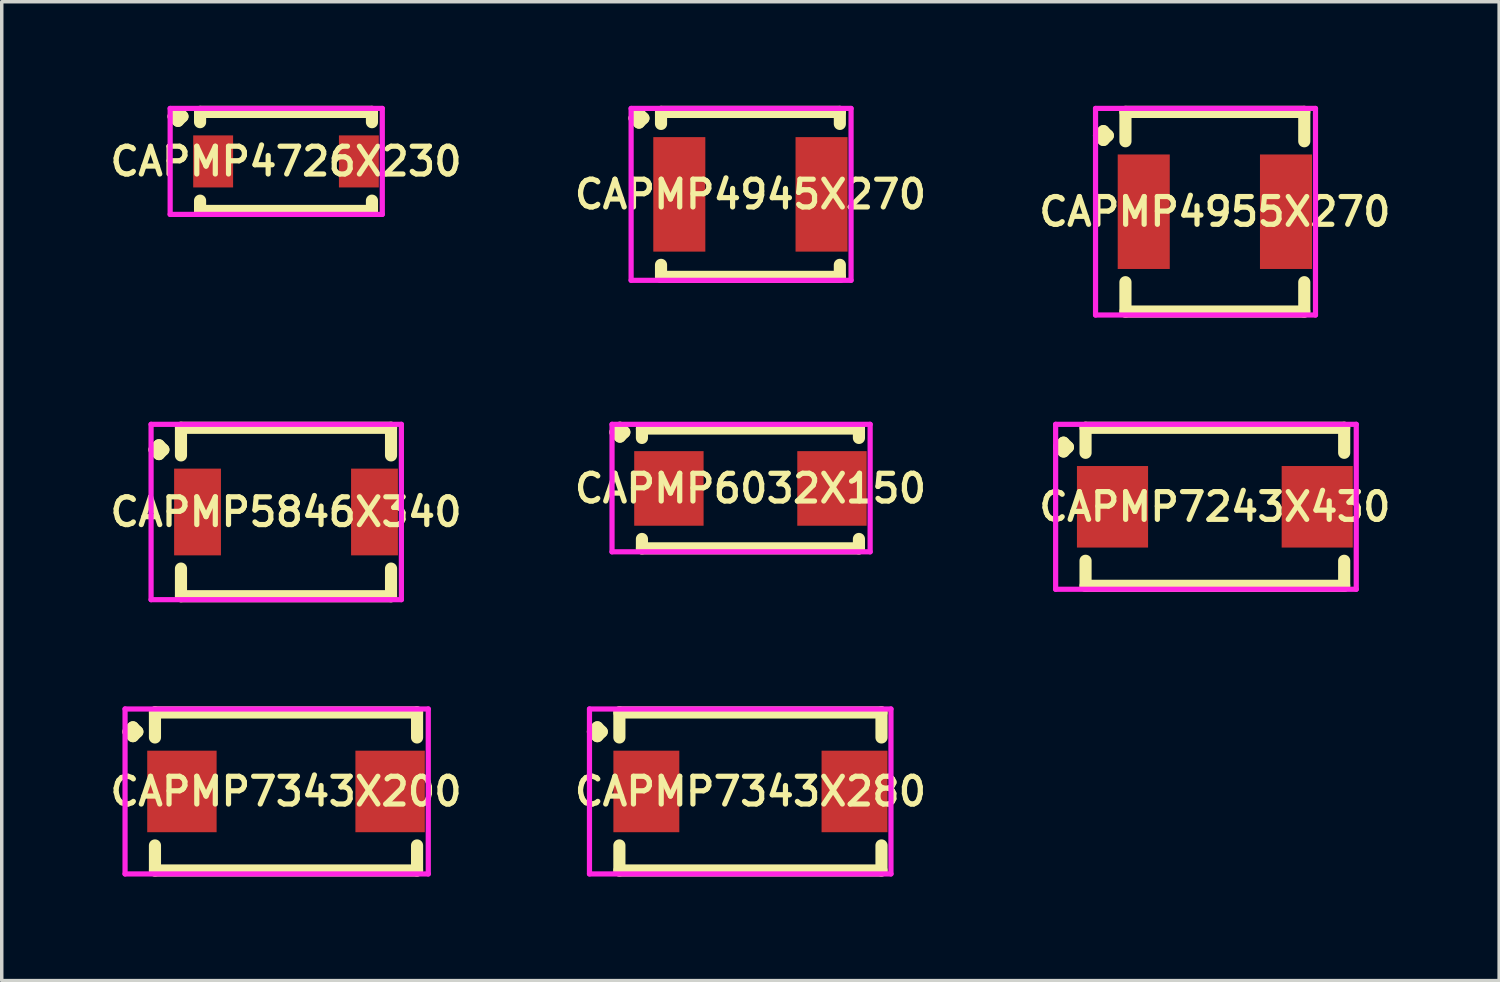
<source format=kicad_pcb>
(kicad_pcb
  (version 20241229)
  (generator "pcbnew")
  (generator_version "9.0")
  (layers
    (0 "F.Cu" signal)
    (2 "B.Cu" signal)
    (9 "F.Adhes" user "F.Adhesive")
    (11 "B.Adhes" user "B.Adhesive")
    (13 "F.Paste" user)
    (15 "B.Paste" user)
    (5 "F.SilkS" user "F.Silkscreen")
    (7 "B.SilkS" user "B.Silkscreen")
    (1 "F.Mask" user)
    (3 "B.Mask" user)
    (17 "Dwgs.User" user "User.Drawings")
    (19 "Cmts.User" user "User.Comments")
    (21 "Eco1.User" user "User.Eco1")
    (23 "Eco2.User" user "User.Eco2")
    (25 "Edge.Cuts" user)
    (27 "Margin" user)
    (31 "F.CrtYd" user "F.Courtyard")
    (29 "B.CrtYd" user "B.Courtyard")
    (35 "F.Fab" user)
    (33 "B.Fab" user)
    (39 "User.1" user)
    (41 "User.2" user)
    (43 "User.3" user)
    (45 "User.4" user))
  (footprint "CAPMP5846X340"
    (layer "F.Cu")
    (at 5.193 11.706)
    (property "Reference" "CAPMP5846X340" (at 0 0 0) (layer "F.SilkS") (effects (font (size 0.8 0.8) (thickness 0.15))))
    (attr through_hole)
    (fp_line (start -3.789 -1.796) (end -3.662 -1.923) (stroke (width 0.35) (type solid)) (layer "F.SilkS"))
    (fp_line (start -3.662 -1.923) (end -3.535 -1.796) (stroke (width 0.35) (type solid)) (layer "F.SilkS"))
    (fp_line (start -3.662 -1.669) (end -3.789 -1.796) (stroke (width 0.35) (type solid)) (layer "F.SilkS"))
    (fp_line (start -3.535 -1.796) (end -3.662 -1.669) (stroke (width 0.35) (type solid)) (layer "F.SilkS"))
    (fp_line (start -3.027 -2.427) (end 3.027 -2.427) (stroke (width 0.35) (type solid)) (layer "F.SilkS"))
    (fp_line (start -3.027 -1.631) (end -3.027 -2.427) (stroke (width 0.35) (type solid)) (layer "F.SilkS"))
    (fp_line (start -3.027 1.631) (end -3.027 2.427) (stroke (width 0.35) (type solid)) (layer "F.SilkS"))
    (fp_line (start -3.027 2.427) (end 3.027 2.427) (stroke (width 0.35) (type solid)) (layer "F.SilkS"))
    (fp_line (start 3.027 -2.427) (end 3.027 -1.631) (stroke (width 0.35) (type solid)) (layer "F.SilkS"))
    (fp_line (start 3.027 2.427) (end 3.027 1.631) (stroke (width 0.35) (type solid)) (layer "F.SilkS"))
    (fp_line (start -3.889 -2.527) (end 3.325 -2.527) (stroke (width 0.15) (type solid)) (layer "F.CrtYd"))
    (fp_line (start -3.889 2.527) (end -3.889 -2.527) (stroke (width 0.15) (type solid)) (layer "F.CrtYd"))
    (fp_line (start 3.325 -2.527) (end 3.325 2.527) (stroke (width 0.15) (type solid)) (layer "F.CrtYd"))
    (fp_line (start 3.325 2.527) (end -3.889 2.527) (stroke (width 0.15) (type solid)) (layer "F.CrtYd"))
    (pad "1" smd rect (at -2.55 0) (size 1.35 2.5) (layers "F.Cu" "F.Mask" "F.Paste"))
    (pad "2" smd rect (at 2.55 0) (size 1.35 2.5) (layers "F.Cu" "F.Mask" "F.Paste")))
  (footprint "CAPMP4955X270"
    (layer "F.Cu")
    (at 31.963 3.052)
    (property "Reference" "CAPMP4955X270" (at 0 0 0) (layer "F.SilkS") (effects (font (size 0.8 0.8) (thickness 0.15))))
    (attr smd)
    (fp_line (start -3.339 -2.196) (end -3.212 -2.323) (stroke (width 0.35) (type solid)) (layer "F.SilkS"))
    (fp_line (start -3.212 -2.323) (end -3.085 -2.196) (stroke (width 0.35) (type solid)) (layer "F.SilkS"))
    (fp_line (start -3.212 -2.069) (end -3.339 -2.196) (stroke (width 0.35) (type solid)) (layer "F.SilkS"))
    (fp_line (start -3.085 -2.196) (end -3.212 -2.069) (stroke (width 0.35) (type solid)) (layer "F.SilkS"))
    (fp_line (start -2.577 -2.877) (end 2.577 -2.877) (stroke (width 0.35) (type solid)) (layer "F.SilkS"))
    (fp_line (start -2.577 -2.031) (end -2.577 -2.877) (stroke (width 0.35) (type solid)) (layer "F.SilkS"))
    (fp_line (start -2.577 2.031) (end -2.577 2.877) (stroke (width 0.35) (type solid)) (layer "F.SilkS"))
    (fp_line (start -2.577 2.877) (end 2.577 2.877) (stroke (width 0.35) (type solid)) (layer "F.SilkS"))
    (fp_line (start 2.577 -2.877) (end 2.577 -2.031) (stroke (width 0.35) (type solid)) (layer "F.SilkS"))
    (fp_line (start 2.577 2.877) (end 2.577 2.031) (stroke (width 0.35) (type solid)) (layer "F.SilkS"))
    (fp_line (start -3.439 -2.977) (end 2.9 -2.977) (stroke (width 0.15) (type solid)) (layer "F.CrtYd"))
    (fp_line (start -3.439 2.977) (end -3.439 -2.977) (stroke (width 0.15) (type solid)) (layer "F.CrtYd"))
    (fp_line (start 2.9 -2.977) (end 2.9 2.977) (stroke (width 0.15) (type solid)) (layer "F.CrtYd"))
    (fp_line (start 2.9 2.977) (end -3.439 2.977) (stroke (width 0.15) (type solid)) (layer "F.CrtYd"))
    (pad "1" smd rect (at -2.05 0) (size 1.5 3.3) (layers "F.Cu" "F.Mask" "F.Paste"))
    (pad "2" smd rect (at 2.05 0) (size 1.5 3.3) (layers "F.Cu" "F.Mask" "F.Paste")))
  (footprint "CAPMP4945X270"
    (layer "F.Cu")
    (at 18.578 2.552)
    (property "Reference" "CAPMP4945X270" (at 0 0 0) (layer "F.SilkS") (effects (font (size 0.8 0.8) (thickness 0.15))))
    (attr through_hole)
    (fp_line (start -3.339 -2.196) (end -3.212 -2.323) (stroke (width 0.35) (type solid)) (layer "F.SilkS"))
    (fp_line (start -3.212 -2.323) (end -3.085 -2.196) (stroke (width 0.35) (type solid)) (layer "F.SilkS"))
    (fp_line (start -3.212 -2.069) (end -3.339 -2.196) (stroke (width 0.35) (type solid)) (layer "F.SilkS"))
    (fp_line (start -3.085 -2.196) (end -3.212 -2.069) (stroke (width 0.35) (type solid)) (layer "F.SilkS"))
    (fp_line (start -2.577 -2.377) (end 2.577 -2.377) (stroke (width 0.35) (type solid)) (layer "F.SilkS"))
    (fp_line (start -2.577 -2.031) (end -2.577 -2.377) (stroke (width 0.35) (type solid)) (layer "F.SilkS"))
    (fp_line (start -2.577 2.031) (end -2.577 2.377) (stroke (width 0.35) (type solid)) (layer "F.SilkS"))
    (fp_line (start -2.577 2.377) (end 2.577 2.377) (stroke (width 0.35) (type solid)) (layer "F.SilkS"))
    (fp_line (start 2.577 -2.377) (end 2.577 -2.031) (stroke (width 0.35) (type solid)) (layer "F.SilkS"))
    (fp_line (start 2.577 2.377) (end 2.577 2.031) (stroke (width 0.35) (type solid)) (layer "F.SilkS"))
    (fp_line (start -3.439 -2.477) (end 2.9 -2.477) (stroke (width 0.15) (type solid)) (layer "F.CrtYd"))
    (fp_line (start -3.439 2.477) (end -3.439 -2.477) (stroke (width 0.15) (type solid)) (layer "F.CrtYd"))
    (fp_line (start 2.9 -2.477) (end 2.9 2.477) (stroke (width 0.15) (type solid)) (layer "F.CrtYd"))
    (fp_line (start 2.9 2.477) (end -3.439 2.477) (stroke (width 0.15) (type solid)) (layer "F.CrtYd"))
    (pad "1" smd rect (at -2.05 0) (size 1.5 3.3) (layers "F.Cu" "F.Mask" "F.Paste"))
    (pad "2" smd rect (at 2.05 0) (size 1.5 3.3) (layers "F.Cu" "F.Mask" "F.Paste")))
  (footprint "CAPMP6032X150"
    (layer "F.Cu")
    (at 18.578 11.027)
    (property "Reference" "CAPMP6032X150" (at 0 0 0) (layer "F.SilkS") (effects (font (size 0.8 0.8) (thickness 0.15))))
    (attr through_hole)
    (fp_line (start -3.889 -1.621) (end -3.762 -1.748) (stroke (width 0.35) (type solid)) (layer "F.SilkS"))
    (fp_line (start -3.762 -1.748) (end -3.635 -1.621) (stroke (width 0.35) (type solid)) (layer "F.SilkS"))
    (fp_line (start -3.762 -1.494) (end -3.889 -1.621) (stroke (width 0.35) (type solid)) (layer "F.SilkS"))
    (fp_line (start -3.635 -1.621) (end -3.762 -1.494) (stroke (width 0.35) (type solid)) (layer "F.SilkS"))
    (fp_line (start -3.127 -1.727) (end 3.127 -1.727) (stroke (width 0.35) (type solid)) (layer "F.SilkS"))
    (fp_line (start -3.127 -1.456) (end -3.127 -1.727) (stroke (width 0.35) (type solid)) (layer "F.SilkS"))
    (fp_line (start -3.127 1.456) (end -3.127 1.727) (stroke (width 0.35) (type solid)) (layer "F.SilkS"))
    (fp_line (start -3.127 1.727) (end 3.127 1.727) (stroke (width 0.35) (type solid)) (layer "F.SilkS"))
    (fp_line (start 3.127 -1.727) (end 3.127 -1.456) (stroke (width 0.35) (type solid)) (layer "F.SilkS"))
    (fp_line (start 3.127 1.727) (end 3.127 1.456) (stroke (width 0.35) (type solid)) (layer "F.SilkS"))
    (fp_line (start -3.989 -1.848) (end 3.45 -1.848) (stroke (width 0.15) (type solid)) (layer "F.CrtYd"))
    (fp_line (start -3.989 1.827) (end -3.989 -1.848) (stroke (width 0.15) (type solid)) (layer "F.CrtYd"))
    (fp_line (start 3.45 -1.848) (end 3.45 1.827) (stroke (width 0.15) (type solid)) (layer "F.CrtYd"))
    (fp_line (start 3.45 1.827) (end -3.989 1.827) (stroke (width 0.15) (type solid)) (layer "F.CrtYd"))
    (pad "1" smd rect (at -2.35 0) (size 2 2.15) (layers "F.Cu" "F.Mask" "F.Paste"))
    (pad "2" smd rect (at 2.35 0) (size 2 2.15) (layers "F.Cu" "F.Mask" "F.Paste")))
  (footprint "CAPMP7343X200"
    (layer "F.Cu")
    (at 5.193 19.76)
    (property "Reference" "CAPMP7343X200" (at 0 0 0) (layer "F.SilkS") (effects (font (size 0.8 0.8) (thickness 0.15))))
    (attr through_hole)
    (fp_line (start -4.539 -1.721) (end -4.412 -1.848) (stroke (width 0.35) (type solid)) (layer "F.SilkS"))
    (fp_line (start -4.412 -1.848) (end -4.285 -1.721) (stroke (width 0.35) (type solid)) (layer "F.SilkS"))
    (fp_line (start -4.412 -1.594) (end -4.539 -1.721) (stroke (width 0.35) (type solid)) (layer "F.SilkS"))
    (fp_line (start -4.285 -1.721) (end -4.412 -1.594) (stroke (width 0.35) (type solid)) (layer "F.SilkS"))
    (fp_line (start -3.777 -2.277) (end 3.777 -2.277) (stroke (width 0.35) (type solid)) (layer "F.SilkS"))
    (fp_line (start -3.777 -1.556) (end -3.777 -2.277) (stroke (width 0.35) (type solid)) (layer "F.SilkS"))
    (fp_line (start -3.777 1.556) (end -3.777 2.277) (stroke (width 0.35) (type solid)) (layer "F.SilkS"))
    (fp_line (start -3.777 2.277) (end 3.777 2.277) (stroke (width 0.35) (type solid)) (layer "F.SilkS"))
    (fp_line (start 3.777 -2.277) (end 3.777 -1.556) (stroke (width 0.35) (type solid)) (layer "F.SilkS"))
    (fp_line (start 3.777 2.277) (end 3.777 1.556) (stroke (width 0.35) (type solid)) (layer "F.SilkS"))
    (fp_line (start -4.639 -2.377) (end 4.1 -2.377) (stroke (width 0.15) (type solid)) (layer "F.CrtYd"))
    (fp_line (start -4.639 2.377) (end -4.639 -2.377) (stroke (width 0.15) (type solid)) (layer "F.CrtYd"))
    (fp_line (start 4.1 -2.377) (end 4.1 2.377) (stroke (width 0.15) (type solid)) (layer "F.CrtYd"))
    (fp_line (start 4.1 2.377) (end -4.639 2.377) (stroke (width 0.15) (type solid)) (layer "F.CrtYd"))
    (pad "1" smd rect (at -3 0) (size 2 2.35) (layers "F.Cu" "F.Mask" "F.Paste"))
    (pad "2" smd rect (at 3 0) (size 2 2.35) (layers "F.Cu" "F.Mask" "F.Paste")))
  (footprint "CAPMP7243X430"
    (layer "F.Cu")
    (at 31.963 11.556)
    (property "Reference" "CAPMP7243X430" (at 0 0 0) (layer "F.SilkS") (effects (font (size 0.8 0.8) (thickness 0.15))))
    (attr through_hole)
    (fp_line (start -4.489 -1.721) (end -4.362 -1.848) (stroke (width 0.35) (type solid)) (layer "F.SilkS"))
    (fp_line (start -4.362 -1.848) (end -4.235 -1.721) (stroke (width 0.35) (type solid)) (layer "F.SilkS"))
    (fp_line (start -4.362 -1.594) (end -4.489 -1.721) (stroke (width 0.35) (type solid)) (layer "F.SilkS"))
    (fp_line (start -4.235 -1.721) (end -4.362 -1.594) (stroke (width 0.35) (type solid)) (layer "F.SilkS"))
    (fp_line (start -3.727 -2.277) (end 3.727 -2.277) (stroke (width 0.35) (type solid)) (layer "F.SilkS"))
    (fp_line (start -3.727 -1.556) (end -3.727 -2.277) (stroke (width 0.35) (type solid)) (layer "F.SilkS"))
    (fp_line (start -3.727 1.556) (end -3.727 2.277) (stroke (width 0.35) (type solid)) (layer "F.SilkS"))
    (fp_line (start -3.727 2.277) (end 3.727 2.277) (stroke (width 0.35) (type solid)) (layer "F.SilkS"))
    (fp_line (start 3.727 -2.277) (end 3.727 -1.556) (stroke (width 0.35) (type solid)) (layer "F.SilkS"))
    (fp_line (start 3.727 2.277) (end 3.727 1.556) (stroke (width 0.35) (type solid)) (layer "F.SilkS"))
    (fp_line (start -4.589 -2.377) (end 4.075 -2.377) (stroke (width 0.15) (type solid)) (layer "F.CrtYd"))
    (fp_line (start -4.589 2.377) (end -4.589 -2.377) (stroke (width 0.15) (type solid)) (layer "F.CrtYd"))
    (fp_line (start 4.075 -2.377) (end 4.075 2.377) (stroke (width 0.15) (type solid)) (layer "F.CrtYd"))
    (fp_line (start 4.075 2.377) (end -4.589 2.377) (stroke (width 0.15) (type solid)) (layer "F.CrtYd"))
    (pad "1" smd rect (at -2.95 0) (size 2.05 2.35) (layers "F.Cu" "F.Mask" "F.Paste"))
    (pad "2" smd rect (at 2.95 0) (size 2.05 2.35) (layers "F.Cu" "F.Mask" "F.Paste")))
  (footprint "CAPMP7343X280"
    (layer "F.Cu")
    (at 18.578 19.76)
    (property "Reference" "CAPMP7343X280" (at 0 0 0) (layer "F.SilkS") (effects (font (size 0.8 0.8) (thickness 0.15))))
    (attr smd)
    (fp_line (start -4.539 -1.721) (end -4.412 -1.848) (stroke (width 0.35) (type solid)) (layer "F.SilkS"))
    (fp_line (start -4.412 -1.848) (end -4.285 -1.721) (stroke (width 0.35) (type solid)) (layer "F.SilkS"))
    (fp_line (start -4.412 -1.594) (end -4.539 -1.721) (stroke (width 0.35) (type solid)) (layer "F.SilkS"))
    (fp_line (start -4.285 -1.721) (end -4.412 -1.594) (stroke (width 0.35) (type solid)) (layer "F.SilkS"))
    (fp_line (start -3.777 -2.277) (end 3.777 -2.277) (stroke (width 0.35) (type solid)) (layer "F.SilkS"))
    (fp_line (start -3.777 -1.556) (end -3.777 -2.277) (stroke (width 0.35) (type solid)) (layer "F.SilkS"))
    (fp_line (start -3.777 1.556) (end -3.777 2.277) (stroke (width 0.35) (type solid)) (layer "F.SilkS"))
    (fp_line (start -3.777 2.277) (end 3.777 2.277) (stroke (width 0.35) (type solid)) (layer "F.SilkS"))
    (fp_line (start 3.777 -2.277) (end 3.777 -1.556) (stroke (width 0.35) (type solid)) (layer "F.SilkS"))
    (fp_line (start 3.777 2.277) (end 3.777 1.556) (stroke (width 0.35) (type solid)) (layer "F.SilkS"))
    (fp_line (start -4.639 -2.377) (end 4.05 -2.377) (stroke (width 0.15) (type solid)) (layer "F.CrtYd"))
    (fp_line (start -4.639 2.377) (end -4.639 -2.377) (stroke (width 0.15) (type solid)) (layer "F.CrtYd"))
    (fp_line (start 4.05 -2.377) (end 4.05 2.377) (stroke (width 0.15) (type solid)) (layer "F.CrtYd"))
    (fp_line (start 4.05 2.377) (end -4.639 2.377) (stroke (width 0.15) (type solid)) (layer "F.CrtYd"))
    (pad "1" smd rect (at -3 0) (size 1.9 2.35) (layers "F.Cu" "F.Mask" "F.Paste"))
    (pad "2" smd rect (at 3 0) (size 1.9 2.35) (layers "F.Cu" "F.Mask" "F.Paste")))
  (footprint "CAPMP4726X230"
    (layer "F.Cu")
    (at 5.193 1.602)
    (property "Reference" "CAPMP4726X230" (at 0 0 0) (layer "F.SilkS") (effects (font (size 0.8 0.8) (thickness 0.15))))
    (attr smd)
    (fp_line (start -3.239 -1.296) (end -3.112 -1.423) (stroke (width 0.35) (type solid)) (layer "F.SilkS"))
    (fp_line (start -3.112 -1.423) (end -2.985 -1.296) (stroke (width 0.35) (type solid)) (layer "F.SilkS"))
    (fp_line (start -3.112 -1.169) (end -3.239 -1.296) (stroke (width 0.35) (type solid)) (layer "F.SilkS"))
    (fp_line (start -2.985 -1.296) (end -3.112 -1.169) (stroke (width 0.35) (type solid)) (layer "F.SilkS"))
    (fp_line (start -2.477 -1.427) (end 2.477 -1.427) (stroke (width 0.35) (type solid)) (layer "F.SilkS"))
    (fp_line (start -2.477 -1.131) (end -2.477 -1.427) (stroke (width 0.35) (type solid)) (layer "F.SilkS"))
    (fp_line (start -2.477 1.131) (end -2.477 1.427) (stroke (width 0.35) (type solid)) (layer "F.SilkS"))
    (fp_line (start -2.477 1.427) (end 2.477 1.427) (stroke (width 0.35) (type solid)) (layer "F.SilkS"))
    (fp_line (start 2.477 -1.427) (end 2.477 -1.131) (stroke (width 0.35) (type solid)) (layer "F.SilkS"))
    (fp_line (start 2.477 1.427) (end 2.477 1.131) (stroke (width 0.35) (type solid)) (layer "F.SilkS"))
    (fp_line (start -3.339 -1.527) (end 2.775 -1.527) (stroke (width 0.15) (type solid)) (layer "F.CrtYd"))
    (fp_line (start -3.339 1.527) (end -3.339 -1.527) (stroke (width 0.15) (type solid)) (layer "F.CrtYd"))
    (fp_line (start 2.775 -1.527) (end 2.775 1.527) (stroke (width 0.15) (type solid)) (layer "F.CrtYd"))
    (fp_line (start 2.775 1.527) (end -3.339 1.527) (stroke (width 0.15) (type solid)) (layer "F.CrtYd"))
    (pad "1" smd rect (at -2.1 0) (size 1.15 1.5) (layers "F.Cu" "F.Mask" "F.Paste"))
    (pad "2" smd rect (at 2.1 0) (size 1.15 1.5) (layers "F.Cu" "F.Mask" "F.Paste")))
  (gr_rect
    (start -3 -3)
    (end 40.156 25.212)
    (stroke (width 0.1) (type default))
    (fill no)
    (layer "Edge.Cuts")))
</source>
